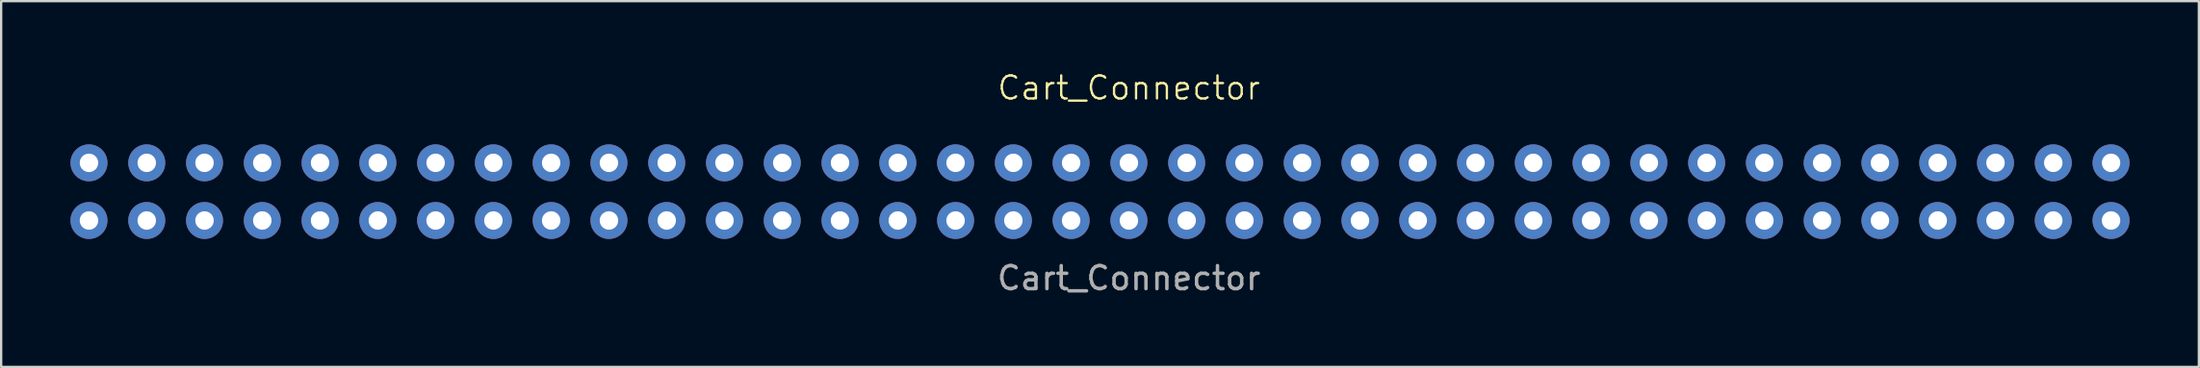
<source format=kicad_pcb>
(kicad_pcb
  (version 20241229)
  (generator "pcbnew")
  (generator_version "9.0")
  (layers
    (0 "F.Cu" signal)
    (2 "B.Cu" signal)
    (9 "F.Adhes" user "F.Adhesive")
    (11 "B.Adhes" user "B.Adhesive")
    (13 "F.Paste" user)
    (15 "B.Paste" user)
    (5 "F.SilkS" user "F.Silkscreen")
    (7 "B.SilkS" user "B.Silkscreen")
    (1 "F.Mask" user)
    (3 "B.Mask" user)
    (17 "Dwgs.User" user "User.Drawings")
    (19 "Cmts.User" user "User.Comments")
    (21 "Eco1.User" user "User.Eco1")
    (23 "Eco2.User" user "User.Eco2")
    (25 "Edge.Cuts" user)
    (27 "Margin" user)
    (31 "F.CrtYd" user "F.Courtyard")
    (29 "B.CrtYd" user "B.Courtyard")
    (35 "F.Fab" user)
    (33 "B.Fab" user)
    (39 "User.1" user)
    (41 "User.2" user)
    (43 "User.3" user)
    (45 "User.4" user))
  (footprint "Cart_Connector"
    (layer "F.Cu")
    (at 45.8 6.511)
    (property "Reference" "Cart_Connector" (at 0 -5.75 0) (unlocked yes) (layer "F.SilkS") (effects (font (size 1 1) (thickness 0.1))))
    (attr through_hole)
    (fp_text user "${REFERENCE}" (at 0 2.5 0) (unlocked yes) (layer "F.Fab") (effects (font (size 1 1) (thickness 0.15))))
    (pad "1" thru_hole circle (at -45 -2.5) (size 1.6 1.6) (drill 0.8) (layers "*.Cu" "*.Mask"))
    (pad "2" thru_hole circle (at -42.5 -2.5) (size 1.6 1.6) (drill 0.8) (layers "*.Cu" "*.Mask"))
    (pad "3" thru_hole circle (at -40 -2.5) (size 1.6 1.6) (drill 0.8) (layers "*.Cu" "*.Mask"))
    (pad "4" thru_hole circle (at -37.5 -2.5) (size 1.6 1.6) (drill 0.8) (layers "*.Cu" "*.Mask"))
    (pad "5" thru_hole circle (at -35 -2.5) (size 1.6 1.6) (drill 0.8) (layers "*.Cu" "*.Mask"))
    (pad "6" thru_hole circle (at -32.5 -2.5) (size 1.6 1.6) (drill 0.8) (layers "*.Cu" "*.Mask"))
    (pad "7" thru_hole circle (at -30 -2.5) (size 1.6 1.6) (drill 0.8) (layers "*.Cu" "*.Mask"))
    (pad "8" thru_hole circle (at -27.5 -2.5) (size 1.6 1.6) (drill 0.8) (layers "*.Cu" "*.Mask"))
    (pad "9" thru_hole circle (at -25 -2.5) (size 1.6 1.6) (drill 0.8) (layers "*.Cu" "*.Mask"))
    (pad "10" thru_hole circle (at -22.5 -2.5) (size 1.6 1.6) (drill 0.8) (layers "*.Cu" "*.Mask"))
    (pad "11" thru_hole circle (at -20 -2.5) (size 1.6 1.6) (drill 0.8) (layers "*.Cu" "*.Mask"))
    (pad "12" thru_hole circle (at -17.5 -2.5) (size 1.6 1.6) (drill 0.8) (layers "*.Cu" "*.Mask"))
    (pad "13" thru_hole circle (at -15 -2.5) (size 1.6 1.6) (drill 0.8) (layers "*.Cu" "*.Mask"))
    (pad "14" thru_hole circle (at -12.5 -2.5) (size 1.6 1.6) (drill 0.8) (layers "*.Cu" "*.Mask"))
    (pad "15" thru_hole circle (at -10 -2.5) (size 1.6 1.6) (drill 0.8) (layers "*.Cu" "*.Mask"))
    (pad "16" thru_hole circle (at -7.5 -2.5) (size 1.6 1.6) (drill 0.8) (layers "*.Cu" "*.Mask"))
    (pad "17" thru_hole circle (at -5 -2.5) (size 1.6 1.6) (drill 0.8) (layers "*.Cu" "*.Mask"))
    (pad "18" thru_hole circle (at -2.5 -2.5) (size 1.6 1.6) (drill 0.8) (layers "*.Cu" "*.Mask"))
    (pad "19" thru_hole circle (at 0 -2.5) (size 1.6 1.6) (drill 0.8) (layers "*.Cu" "*.Mask"))
    (pad "20" thru_hole circle (at 2.5 -2.5) (size 1.6 1.6) (drill 0.8) (layers "*.Cu" "*.Mask"))
    (pad "21" thru_hole circle (at 5 -2.5) (size 1.6 1.6) (drill 0.8) (layers "*.Cu" "*.Mask"))
    (pad "22" thru_hole circle (at 7.5 -2.5) (size 1.6 1.6) (drill 0.8) (layers "*.Cu" "*.Mask"))
    (pad "23" thru_hole circle (at 10 -2.5) (size 1.6 1.6) (drill 0.8) (layers "*.Cu" "*.Mask"))
    (pad "24" thru_hole circle (at 12.5 -2.5) (size 1.6 1.6) (drill 0.8) (layers "*.Cu" "*.Mask"))
    (pad "25" thru_hole circle (at 15 -2.5) (size 1.6 1.6) (drill 0.8) (layers "*.Cu" "*.Mask"))
    (pad "26" thru_hole circle (at 17.5 -2.5) (size 1.6 1.6) (drill 0.8) (layers "*.Cu" "*.Mask"))
    (pad "27" thru_hole circle (at 20 -2.5) (size 1.6 1.6) (drill 0.8) (layers "*.Cu" "*.Mask"))
    (pad "28" thru_hole circle (at 22.5 -2.5) (size 1.6 1.6) (drill 0.8) (layers "*.Cu" "*.Mask"))
    (pad "29" thru_hole circle (at 25 -2.5) (size 1.6 1.6) (drill 0.8) (layers "*.Cu" "*.Mask"))
    (pad "30" thru_hole circle (at 27.5 -2.5) (size 1.6 1.6) (drill 0.8) (layers "*.Cu" "*.Mask"))
    (pad "31" thru_hole circle (at 30 -2.5) (size 1.6 1.6) (drill 0.8) (layers "*.Cu" "*.Mask"))
    (pad "32" thru_hole circle (at 32.5 -2.5) (size 1.6 1.6) (drill 0.8) (layers "*.Cu" "*.Mask"))
    (pad "33" thru_hole circle (at 35 -2.5) (size 1.6 1.6) (drill 0.8) (layers "*.Cu" "*.Mask"))
    (pad "34" thru_hole circle (at 37.5 -2.5) (size 1.6 1.6) (drill 0.8) (layers "*.Cu" "*.Mask"))
    (pad "35" thru_hole circle (at 40 -2.5) (size 1.6 1.6) (drill 0.8) (layers "*.Cu" "*.Mask"))
    (pad "36" thru_hole circle (at 42.5 -2.5) (size 1.6 1.6) (drill 0.8) (layers "*.Cu" "*.Mask"))
    (pad "37" thru_hole circle (at -45 0) (size 1.6 1.6) (drill 0.8) (layers "*.Cu" "*.Mask"))
    (pad "38" thru_hole circle (at -42.5 0) (size 1.6 1.6) (drill 0.8) (layers "*.Cu" "*.Mask"))
    (pad "39" thru_hole circle (at -40 0) (size 1.6 1.6) (drill 0.8) (layers "*.Cu" "*.Mask"))
    (pad "40" thru_hole circle (at -37.5 0) (size 1.6 1.6) (drill 0.8) (layers "*.Cu" "*.Mask"))
    (pad "41" thru_hole circle (at -35 0) (size 1.6 1.6) (drill 0.8) (layers "*.Cu" "*.Mask"))
    (pad "42" thru_hole circle (at -32.5 0) (size 1.6 1.6) (drill 0.8) (layers "*.Cu" "*.Mask"))
    (pad "43" thru_hole circle (at -30 0) (size 1.6 1.6) (drill 0.8) (layers "*.Cu" "*.Mask"))
    (pad "44" thru_hole circle (at -27.5 0) (size 1.6 1.6) (drill 0.8) (layers "*.Cu" "*.Mask"))
    (pad "45" thru_hole circle (at -25 0) (size 1.6 1.6) (drill 0.8) (layers "*.Cu" "*.Mask"))
    (pad "46" thru_hole circle (at -22.5 0) (size 1.6 1.6) (drill 0.8) (layers "*.Cu" "*.Mask"))
    (pad "47" thru_hole circle (at -20 0) (size 1.6 1.6) (drill 0.8) (layers "*.Cu" "*.Mask"))
    (pad "48" thru_hole circle (at -17.5 0) (size 1.6 1.6) (drill 0.8) (layers "*.Cu" "*.Mask"))
    (pad "49" thru_hole circle (at -15 0) (size 1.6 1.6) (drill 0.8) (layers "*.Cu" "*.Mask"))
    (pad "50" thru_hole circle (at -12.5 0) (size 1.6 1.6) (drill 0.8) (layers "*.Cu" "*.Mask"))
    (pad "51" thru_hole circle (at -10 0) (size 1.6 1.6) (drill 0.8) (layers "*.Cu" "*.Mask"))
    (pad "52" thru_hole circle (at -7.5 0) (size 1.6 1.6) (drill 0.8) (layers "*.Cu" "*.Mask"))
    (pad "53" thru_hole circle (at -5 0) (size 1.6 1.6) (drill 0.8) (layers "*.Cu" "*.Mask"))
    (pad "54" thru_hole circle (at -2.5 0) (size 1.6 1.6) (drill 0.8) (layers "*.Cu" "*.Mask"))
    (pad "55" thru_hole circle (at 0 0) (size 1.6 1.6) (drill 0.8) (layers "*.Cu" "*.Mask"))
    (pad "56" thru_hole circle (at 2.5 0) (size 1.6 1.6) (drill 0.8) (layers "*.Cu" "*.Mask"))
    (pad "57" thru_hole circle (at 5 0) (size 1.6 1.6) (drill 0.8) (layers "*.Cu" "*.Mask"))
    (pad "58" thru_hole circle (at 7.5 0) (size 1.6 1.6) (drill 0.8) (layers "*.Cu" "*.Mask"))
    (pad "59" thru_hole circle (at 10 0) (size 1.6 1.6) (drill 0.8) (layers "*.Cu" "*.Mask"))
    (pad "60" thru_hole circle (at 12.5 0) (size 1.6 1.6) (drill 0.8) (layers "*.Cu" "*.Mask"))
    (pad "61" thru_hole circle (at 15 0) (size 1.6 1.6) (drill 0.8) (layers "*.Cu" "*.Mask"))
    (pad "62" thru_hole circle (at 17.5 0) (size 1.6 1.6) (drill 0.8) (layers "*.Cu" "*.Mask"))
    (pad "63" thru_hole circle (at 20 0) (size 1.6 1.6) (drill 0.8) (layers "*.Cu" "*.Mask"))
    (pad "64" thru_hole circle (at 22.5 0) (size 1.6 1.6) (drill 0.8) (layers "*.Cu" "*.Mask"))
    (pad "65" thru_hole circle (at 25 0) (size 1.6 1.6) (drill 0.8) (layers "*.Cu" "*.Mask"))
    (pad "66" thru_hole circle (at 27.5 0) (size 1.6 1.6) (drill 0.8) (layers "*.Cu" "*.Mask"))
    (pad "67" thru_hole circle (at 30 0) (size 1.6 1.6) (drill 0.8) (layers "*.Cu" "*.Mask"))
    (pad "68" thru_hole circle (at 32.5 0) (size 1.6 1.6) (drill 0.8) (layers "*.Cu" "*.Mask"))
    (pad "69" thru_hole circle (at 35 0) (size 1.6 1.6) (drill 0.8) (layers "*.Cu" "*.Mask"))
    (pad "70" thru_hole circle (at 37.5 0) (size 1.6 1.6) (drill 0.8) (layers "*.Cu" "*.Mask"))
    (pad "71" thru_hole circle (at 40 0) (size 1.6 1.6) (drill 0.8) (layers "*.Cu" "*.Mask"))
    (pad "72" thru_hole circle (at 42.5 0) (size 1.6 1.6) (drill 0.8) (layers "*.Cu" "*.Mask")))
  (gr_rect
    (start -3 -3)
    (end 92.1 12.859)
    (stroke (width 0.1) (type default))
    (fill no)
    (layer "Edge.Cuts")))
</source>
